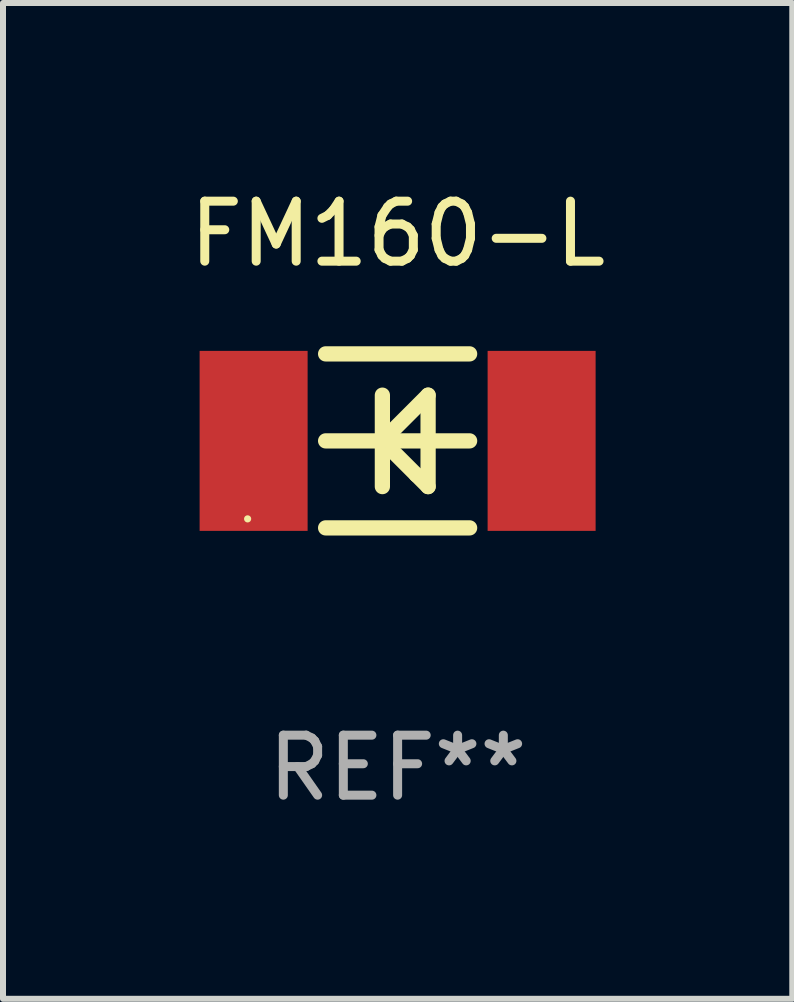
<source format=kicad_pcb>
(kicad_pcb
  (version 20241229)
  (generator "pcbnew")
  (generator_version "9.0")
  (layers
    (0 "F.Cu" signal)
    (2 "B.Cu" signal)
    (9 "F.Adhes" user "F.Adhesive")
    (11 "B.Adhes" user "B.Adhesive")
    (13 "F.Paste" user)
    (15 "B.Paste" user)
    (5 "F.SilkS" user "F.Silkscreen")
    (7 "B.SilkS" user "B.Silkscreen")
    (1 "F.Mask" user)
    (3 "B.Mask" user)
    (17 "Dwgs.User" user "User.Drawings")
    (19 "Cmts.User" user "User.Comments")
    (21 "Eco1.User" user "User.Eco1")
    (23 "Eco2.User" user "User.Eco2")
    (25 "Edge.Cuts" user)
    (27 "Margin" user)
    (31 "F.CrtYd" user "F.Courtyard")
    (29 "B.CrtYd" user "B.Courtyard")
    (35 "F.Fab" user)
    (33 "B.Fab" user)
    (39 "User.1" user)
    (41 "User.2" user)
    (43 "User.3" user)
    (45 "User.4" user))
  (footprint "FM160-L"
    (layer "F.Cu")
    (at 3.577 4.298)
    (property "Reference" "FM160-L" (at 0 -3.45 0) (layer "F.SilkS") (effects (font (size 1 1) (thickness 0.15))))
    (attr through_hole)
    (fp_line (start -1.2 -1.45) (end 1.2 -1.45) (stroke (width 0.254) (type solid)) (layer "F.SilkS"))
    (fp_line (start -1.2 0) (end 1.2 0) (stroke (width 0.254) (type solid)) (layer "F.SilkS"))
    (fp_line (start -1.2 1.45) (end 1.2 1.45) (stroke (width 0.254) (type solid)) (layer "F.SilkS"))
    (fp_line (start -0.254 0) (end 0.312 0.566) (stroke (width 0.254) (type solid)) (layer "F.SilkS"))
    (fp_line (start -0.254 0.762) (end -0.254 -0.762) (stroke (width 0.254) (type solid)) (layer "F.SilkS"))
    (fp_line (start 0.312 0.566) (end 0.508 0.762) (stroke (width 0.254) (type solid)) (layer "F.SilkS"))
    (fp_line (start 0.508 -0.762) (end -0.254 0) (stroke (width 0.254) (type solid)) (layer "F.SilkS"))
    (fp_line (start 0.508 0.762) (end 0.508 -0.762) (stroke (width 0.254) (type solid)) (layer "F.SilkS"))
    (fp_circle (center -2.5 1.3) (end -2.47 1.3) (stroke (width 0.06) (type solid)) (fill no) (layer "F.SilkS"))
    (fp_text user "REF**" (at 0 5.45 0) (layer "F.Fab") (effects (font (size 1 1) (thickness 0.15))))
    (pad "1" smd rect (at -2.4 0) (size 1.8 3) (layers "F.Cu" "F.Mask" "F.Paste"))
    (pad "2" smd rect (at 2.4 0) (size 1.8 3) (layers "F.Cu" "F.Mask" "F.Paste")))
  (gr_rect
    (start -3 -3)
    (end 10.155 13.597)
    (stroke (width 0.1) (type default))
    (fill no)
    (layer "Edge.Cuts")))
</source>
